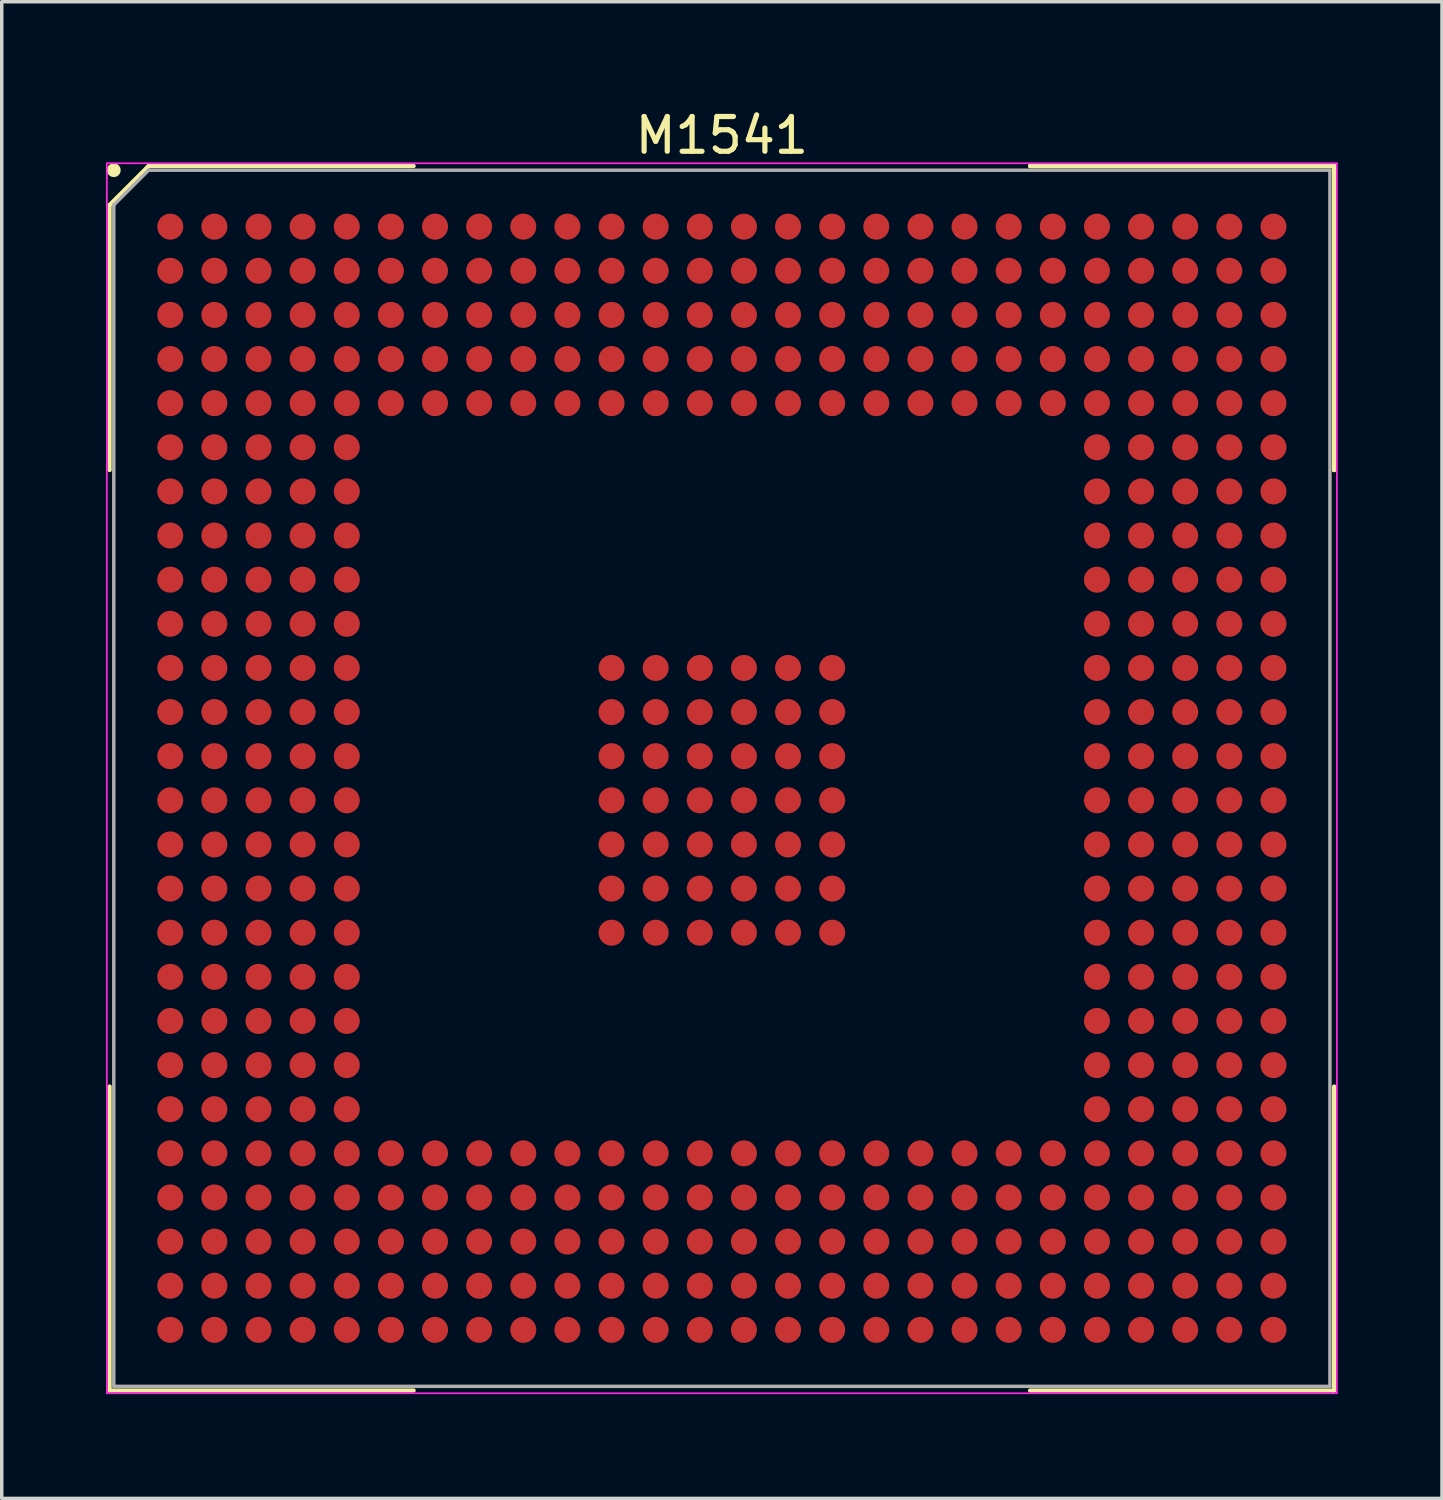
<source format=kicad_pcb>
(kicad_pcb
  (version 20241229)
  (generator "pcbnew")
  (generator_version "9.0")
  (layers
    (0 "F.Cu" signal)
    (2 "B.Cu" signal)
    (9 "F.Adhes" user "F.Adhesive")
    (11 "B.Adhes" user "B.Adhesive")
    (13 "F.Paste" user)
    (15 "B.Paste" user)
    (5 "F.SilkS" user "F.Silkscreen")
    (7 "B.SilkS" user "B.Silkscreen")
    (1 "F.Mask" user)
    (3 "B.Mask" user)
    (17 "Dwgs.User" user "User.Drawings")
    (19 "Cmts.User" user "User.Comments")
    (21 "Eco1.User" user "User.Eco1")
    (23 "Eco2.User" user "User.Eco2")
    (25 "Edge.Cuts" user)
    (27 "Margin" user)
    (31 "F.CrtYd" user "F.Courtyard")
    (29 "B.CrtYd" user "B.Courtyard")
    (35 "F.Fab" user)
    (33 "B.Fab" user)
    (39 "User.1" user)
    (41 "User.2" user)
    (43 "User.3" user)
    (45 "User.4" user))
  (footprint "M1541"
    (layer "F.Cu")
    (at 17.725 19.348)
    (property "Reference" "M1541" (at 0 -18.5 0) (layer "F.SilkS") (effects (font (size 1 1) (thickness 0.15))))
    (attr smd)
    (fp_line (start -17.62 -16.5) (end -17.62 -8.87) (stroke (width 0.12) (type solid)) (layer "F.SilkS"))
    (fp_line (start -17.62 17.62) (end -17.62 8.87) (stroke (width 0.12) (type solid)) (layer "F.SilkS"))
    (fp_line (start -16.5 -17.62) (end -17.62 -16.5) (stroke (width 0.12) (type solid)) (layer "F.SilkS"))
    (fp_line (start -8.87 -17.62) (end -16.5 -17.62) (stroke (width 0.12) (type solid)) (layer "F.SilkS"))
    (fp_line (start -8.87 17.62) (end -17.62 17.62) (stroke (width 0.12) (type solid)) (layer "F.SilkS"))
    (fp_line (start 8.87 -17.62) (end 17.62 -17.62) (stroke (width 0.12) (type solid)) (layer "F.SilkS"))
    (fp_line (start 8.87 -17.62) (end 17.62 -17.62) (stroke (width 0.12) (type solid)) (layer "F.SilkS"))
    (fp_line (start 8.87 -17.62) (end 17.62 -17.62) (stroke (width 0.12) (type solid)) (layer "F.SilkS"))
    (fp_line (start 8.87 17.62) (end 17.62 17.62) (stroke (width 0.12) (type solid)) (layer "F.SilkS"))
    (fp_line (start 17.62 -17.62) (end 17.62 -8.87) (stroke (width 0.12) (type solid)) (layer "F.SilkS"))
    (fp_line (start 17.62 -17.62) (end 17.62 -8.87) (stroke (width 0.12) (type solid)) (layer "F.SilkS"))
    (fp_line (start 17.62 -17.62) (end 17.62 -8.87) (stroke (width 0.12) (type solid)) (layer "F.SilkS"))
    (fp_line (start 17.62 17.62) (end 17.62 8.87) (stroke (width 0.12) (type solid)) (layer "F.SilkS"))
    (fp_circle (center -17.5 -17.5) (end -17.5 -17.4) (stroke (width 0.2) (type solid)) (fill no) (layer "F.SilkS"))
    (fp_line (start -17.7 -17.7) (end 17.7 -17.7) (stroke (width 0.05) (type solid)) (layer "F.CrtYd"))
    (fp_line (start -17.7 17.7) (end -17.7 -17.7) (stroke (width 0.05) (type solid)) (layer "F.CrtYd"))
    (fp_line (start 17.7 -17.7) (end 17.7 17.7) (stroke (width 0.05) (type solid)) (layer "F.CrtYd"))
    (fp_line (start 17.7 17.7) (end -17.7 17.7) (stroke (width 0.05) (type solid)) (layer "F.CrtYd"))
    (fp_line (start -17.5 -16.5) (end -17.5 17.5) (stroke (width 0.1) (type solid)) (layer "F.Fab"))
    (fp_line (start -17.5 17.5) (end 17.5 17.5) (stroke (width 0.1) (type solid)) (layer "F.Fab"))
    (fp_line (start -16.5 -17.5) (end -17.5 -16.5) (stroke (width 0.1) (type solid)) (layer "F.Fab"))
    (fp_line (start 17.5 -17.5) (end -16.5 -17.5) (stroke (width 0.1) (type solid)) (layer "F.Fab"))
    (fp_line (start 17.5 17.5) (end 17.5 -17.5) (stroke (width 0.1) (type solid)) (layer "F.Fab"))
    (pad "A1" smd circle (at -15.875 -15.875) (size 0.75 0.75) (layers "F.Cu" "F.Mask" "F.Paste"))
    (pad "A2" smd circle (at -14.605 -15.875) (size 0.75 0.75) (layers "F.Cu" "F.Mask" "F.Paste"))
    (pad "A3" smd circle (at -13.335 -15.875) (size 0.75 0.75) (layers "F.Cu" "F.Mask" "F.Paste"))
    (pad "A4" smd circle (at -12.065 -15.875) (size 0.75 0.75) (layers "F.Cu" "F.Mask" "F.Paste"))
    (pad "A5" smd circle (at -10.795 -15.875) (size 0.75 0.75) (layers "F.Cu" "F.Mask" "F.Paste"))
    (pad "A6" smd circle (at -9.525 -15.875) (size 0.75 0.75) (layers "F.Cu" "F.Mask" "F.Paste"))
    (pad "A7" smd circle (at -8.255 -15.875) (size 0.75 0.75) (layers "F.Cu" "F.Mask" "F.Paste"))
    (pad "A8" smd circle (at -6.985 -15.875) (size 0.75 0.75) (layers "F.Cu" "F.Mask" "F.Paste"))
    (pad "A9" smd circle (at -5.715 -15.875) (size 0.75 0.75) (layers "F.Cu" "F.Mask" "F.Paste"))
    (pad "A10" smd circle (at -4.445 -15.875) (size 0.75 0.75) (layers "F.Cu" "F.Mask" "F.Paste"))
    (pad "A11" smd circle (at -3.175 -15.875) (size 0.75 0.75) (layers "F.Cu" "F.Mask" "F.Paste"))
    (pad "A12" smd circle (at -1.905 -15.875) (size 0.75 0.75) (layers "F.Cu" "F.Mask" "F.Paste"))
    (pad "A13" smd circle (at -0.635 -15.875) (size 0.75 0.75) (layers "F.Cu" "F.Mask" "F.Paste"))
    (pad "A14" smd circle (at 0.635 -15.875) (size 0.75 0.75) (layers "F.Cu" "F.Mask" "F.Paste"))
    (pad "A15" smd circle (at 1.905 -15.875) (size 0.75 0.75) (layers "F.Cu" "F.Mask" "F.Paste"))
    (pad "A16" smd circle (at 3.175 -15.875) (size 0.75 0.75) (layers "F.Cu" "F.Mask" "F.Paste"))
    (pad "A17" smd circle (at 4.445 -15.875) (size 0.75 0.75) (layers "F.Cu" "F.Mask" "F.Paste"))
    (pad "A18" smd circle (at 5.715 -15.875) (size 0.75 0.75) (layers "F.Cu" "F.Mask" "F.Paste"))
    (pad "A19" smd circle (at 6.985 -15.875) (size 0.75 0.75) (layers "F.Cu" "F.Mask" "F.Paste"))
    (pad "A20" smd circle (at 8.255 -15.875) (size 0.75 0.75) (layers "F.Cu" "F.Mask" "F.Paste"))
    (pad "A21" smd circle (at 9.525 -15.875) (size 0.75 0.75) (layers "F.Cu" "F.Mask" "F.Paste"))
    (pad "A22" smd circle (at 10.795 -15.875) (size 0.75 0.75) (layers "F.Cu" "F.Mask" "F.Paste"))
    (pad "A23" smd circle (at 12.065 -15.875) (size 0.75 0.75) (layers "F.Cu" "F.Mask" "F.Paste"))
    (pad "A24" smd circle (at 13.335 -15.875) (size 0.75 0.75) (layers "F.Cu" "F.Mask" "F.Paste"))
    (pad "A25" smd circle (at 14.605 -15.875) (size 0.75 0.75) (layers "F.Cu" "F.Mask" "F.Paste"))
    (pad "A26" smd circle (at 15.875 -15.875) (size 0.75 0.75) (layers "F.Cu" "F.Mask" "F.Paste"))
    (pad "AA1" smd circle (at -15.875 9.525) (size 0.75 0.75) (layers "F.Cu" "F.Mask" "F.Paste"))
    (pad "AA2" smd circle (at -14.605 9.525) (size 0.75 0.75) (layers "F.Cu" "F.Mask" "F.Paste"))
    (pad "AA3" smd circle (at -13.335 9.525) (size 0.75 0.75) (layers "F.Cu" "F.Mask" "F.Paste"))
    (pad "AA4" smd circle (at -12.065 9.525) (size 0.75 0.75) (layers "F.Cu" "F.Mask" "F.Paste"))
    (pad "AA5" smd circle (at -10.795 9.525) (size 0.75 0.75) (layers "F.Cu" "F.Mask" "F.Paste"))
    (pad "AA22" smd circle (at 10.795 9.525) (size 0.75 0.75) (layers "F.Cu" "F.Mask" "F.Paste"))
    (pad "AA23" smd circle (at 12.065 9.525) (size 0.75 0.75) (layers "F.Cu" "F.Mask" "F.Paste"))
    (pad "AA24" smd circle (at 13.335 9.525) (size 0.75 0.75) (layers "F.Cu" "F.Mask" "F.Paste"))
    (pad "AA25" smd circle (at 14.605 9.525) (size 0.75 0.75) (layers "F.Cu" "F.Mask" "F.Paste"))
    (pad "AA26" smd circle (at 15.875 9.525) (size 0.75 0.75) (layers "F.Cu" "F.Mask" "F.Paste"))
    (pad "AB1" smd circle (at -15.875 10.795) (size 0.75 0.75) (layers "F.Cu" "F.Mask" "F.Paste"))
    (pad "AB2" smd circle (at -14.605 10.795) (size 0.75 0.75) (layers "F.Cu" "F.Mask" "F.Paste"))
    (pad "AB3" smd circle (at -13.335 10.795) (size 0.75 0.75) (layers "F.Cu" "F.Mask" "F.Paste"))
    (pad "AB4" smd circle (at -12.065 10.795) (size 0.75 0.75) (layers "F.Cu" "F.Mask" "F.Paste"))
    (pad "AB5" smd circle (at -10.795 10.795) (size 0.75 0.75) (layers "F.Cu" "F.Mask" "F.Paste"))
    (pad "AB6" smd circle (at -9.525 10.795) (size 0.75 0.75) (layers "F.Cu" "F.Mask" "F.Paste"))
    (pad "AB7" smd circle (at -8.255 10.795) (size 0.75 0.75) (layers "F.Cu" "F.Mask" "F.Paste"))
    (pad "AB8" smd circle (at -6.985 10.795) (size 0.75 0.75) (layers "F.Cu" "F.Mask" "F.Paste"))
    (pad "AB9" smd circle (at -5.715 10.795) (size 0.75 0.75) (layers "F.Cu" "F.Mask" "F.Paste"))
    (pad "AB10" smd circle (at -4.445 10.795) (size 0.75 0.75) (layers "F.Cu" "F.Mask" "F.Paste"))
    (pad "AB11" smd circle (at -3.175 10.795) (size 0.75 0.75) (layers "F.Cu" "F.Mask" "F.Paste"))
    (pad "AB12" smd circle (at -1.905 10.795) (size 0.75 0.75) (layers "F.Cu" "F.Mask" "F.Paste"))
    (pad "AB13" smd circle (at -0.635 10.795) (size 0.75 0.75) (layers "F.Cu" "F.Mask" "F.Paste"))
    (pad "AB14" smd circle (at 0.635 10.795) (size 0.75 0.75) (layers "F.Cu" "F.Mask" "F.Paste"))
    (pad "AB15" smd circle (at 1.905 10.795) (size 0.75 0.75) (layers "F.Cu" "F.Mask" "F.Paste"))
    (pad "AB16" smd circle (at 3.175 10.795) (size 0.75 0.75) (layers "F.Cu" "F.Mask" "F.Paste"))
    (pad "AB17" smd circle (at 4.445 10.795) (size 0.75 0.75) (layers "F.Cu" "F.Mask" "F.Paste"))
    (pad "AB18" smd circle (at 5.715 10.795) (size 0.75 0.75) (layers "F.Cu" "F.Mask" "F.Paste"))
    (pad "AB19" smd circle (at 6.985 10.795) (size 0.75 0.75) (layers "F.Cu" "F.Mask" "F.Paste"))
    (pad "AB20" smd circle (at 8.255 10.795) (size 0.75 0.75) (layers "F.Cu" "F.Mask" "F.Paste"))
    (pad "AB21" smd circle (at 9.525 10.795) (size 0.75 0.75) (layers "F.Cu" "F.Mask" "F.Paste"))
    (pad "AB22" smd circle (at 10.795 10.795) (size 0.75 0.75) (layers "F.Cu" "F.Mask" "F.Paste"))
    (pad "AB23" smd circle (at 12.065 10.795) (size 0.75 0.75) (layers "F.Cu" "F.Mask" "F.Paste"))
    (pad "AB24" smd circle (at 13.335 10.795) (size 0.75 0.75) (layers "F.Cu" "F.Mask" "F.Paste"))
    (pad "AB25" smd circle (at 14.605 10.795) (size 0.75 0.75) (layers "F.Cu" "F.Mask" "F.Paste"))
    (pad "AB26" smd circle (at 15.875 10.795) (size 0.75 0.75) (layers "F.Cu" "F.Mask" "F.Paste"))
    (pad "AC1" smd circle (at -15.875 12.065) (size 0.75 0.75) (layers "F.Cu" "F.Mask" "F.Paste"))
    (pad "AC2" smd circle (at -14.605 12.065) (size 0.75 0.75) (layers "F.Cu" "F.Mask" "F.Paste"))
    (pad "AC3" smd circle (at -13.335 12.065) (size 0.75 0.75) (layers "F.Cu" "F.Mask" "F.Paste"))
    (pad "AC4" smd circle (at -12.065 12.065) (size 0.75 0.75) (layers "F.Cu" "F.Mask" "F.Paste"))
    (pad "AC5" smd circle (at -10.795 12.065) (size 0.75 0.75) (layers "F.Cu" "F.Mask" "F.Paste"))
    (pad "AC6" smd circle (at -9.525 12.065) (size 0.75 0.75) (layers "F.Cu" "F.Mask" "F.Paste"))
    (pad "AC7" smd circle (at -8.255 12.065) (size 0.75 0.75) (layers "F.Cu" "F.Mask" "F.Paste"))
    (pad "AC8" smd circle (at -6.985 12.065) (size 0.75 0.75) (layers "F.Cu" "F.Mask" "F.Paste"))
    (pad "AC9" smd circle (at -5.715 12.065) (size 0.75 0.75) (layers "F.Cu" "F.Mask" "F.Paste"))
    (pad "AC10" smd circle (at -4.445 12.065) (size 0.75 0.75) (layers "F.Cu" "F.Mask" "F.Paste"))
    (pad "AC11" smd circle (at -3.175 12.065) (size 0.75 0.75) (layers "F.Cu" "F.Mask" "F.Paste"))
    (pad "AC12" smd circle (at -1.905 12.065) (size 0.75 0.75) (layers "F.Cu" "F.Mask" "F.Paste"))
    (pad "AC13" smd circle (at -0.635 12.065) (size 0.75 0.75) (layers "F.Cu" "F.Mask" "F.Paste"))
    (pad "AC14" smd circle (at 0.635 12.065) (size 0.75 0.75) (layers "F.Cu" "F.Mask" "F.Paste"))
    (pad "AC15" smd circle (at 1.905 12.065) (size 0.75 0.75) (layers "F.Cu" "F.Mask" "F.Paste"))
    (pad "AC16" smd circle (at 3.175 12.065) (size 0.75 0.75) (layers "F.Cu" "F.Mask" "F.Paste"))
    (pad "AC17" smd circle (at 4.445 12.065) (size 0.75 0.75) (layers "F.Cu" "F.Mask" "F.Paste"))
    (pad "AC18" smd circle (at 5.715 12.065) (size 0.75 0.75) (layers "F.Cu" "F.Mask" "F.Paste"))
    (pad "AC19" smd circle (at 6.985 12.065) (size 0.75 0.75) (layers "F.Cu" "F.Mask" "F.Paste"))
    (pad "AC20" smd circle (at 8.255 12.065) (size 0.75 0.75) (layers "F.Cu" "F.Mask" "F.Paste"))
    (pad "AC21" smd circle (at 9.525 12.065) (size 0.75 0.75) (layers "F.Cu" "F.Mask" "F.Paste"))
    (pad "AC22" smd circle (at 10.795 12.065) (size 0.75 0.75) (layers "F.Cu" "F.Mask" "F.Paste"))
    (pad "AC23" smd circle (at 12.065 12.065) (size 0.75 0.75) (layers "F.Cu" "F.Mask" "F.Paste"))
    (pad "AC24" smd circle (at 13.335 12.065) (size 0.75 0.75) (layers "F.Cu" "F.Mask" "F.Paste"))
    (pad "AC25" smd circle (at 14.605 12.065) (size 0.75 0.75) (layers "F.Cu" "F.Mask" "F.Paste"))
    (pad "AC26" smd circle (at 15.875 12.065) (size 0.75 0.75) (layers "F.Cu" "F.Mask" "F.Paste"))
    (pad "AD1" smd circle (at -15.875 13.335) (size 0.75 0.75) (layers "F.Cu" "F.Mask" "F.Paste"))
    (pad "AD2" smd circle (at -14.605 13.335) (size 0.75 0.75) (layers "F.Cu" "F.Mask" "F.Paste"))
    (pad "AD3" smd circle (at -13.335 13.335) (size 0.75 0.75) (layers "F.Cu" "F.Mask" "F.Paste"))
    (pad "AD4" smd circle (at -12.065 13.335) (size 0.75 0.75) (layers "F.Cu" "F.Mask" "F.Paste"))
    (pad "AD5" smd circle (at -10.795 13.335) (size 0.75 0.75) (layers "F.Cu" "F.Mask" "F.Paste"))
    (pad "AD6" smd circle (at -9.525 13.335) (size 0.75 0.75) (layers "F.Cu" "F.Mask" "F.Paste"))
    (pad "AD7" smd circle (at -8.255 13.335) (size 0.75 0.75) (layers "F.Cu" "F.Mask" "F.Paste"))
    (pad "AD8" smd circle (at -6.985 13.335) (size 0.75 0.75) (layers "F.Cu" "F.Mask" "F.Paste"))
    (pad "AD9" smd circle (at -5.715 13.335) (size 0.75 0.75) (layers "F.Cu" "F.Mask" "F.Paste"))
    (pad "AD10" smd circle (at -4.445 13.335) (size 0.75 0.75) (layers "F.Cu" "F.Mask" "F.Paste"))
    (pad "AD11" smd circle (at -3.175 13.335) (size 0.75 0.75) (layers "F.Cu" "F.Mask" "F.Paste"))
    (pad "AD12" smd circle (at -1.905 13.335) (size 0.75 0.75) (layers "F.Cu" "F.Mask" "F.Paste"))
    (pad "AD13" smd circle (at -0.635 13.335) (size 0.75 0.75) (layers "F.Cu" "F.Mask" "F.Paste"))
    (pad "AD14" smd circle (at 0.635 13.335) (size 0.75 0.75) (layers "F.Cu" "F.Mask" "F.Paste"))
    (pad "AD15" smd circle (at 1.905 13.335) (size 0.75 0.75) (layers "F.Cu" "F.Mask" "F.Paste"))
    (pad "AD16" smd circle (at 3.175 13.335) (size 0.75 0.75) (layers "F.Cu" "F.Mask" "F.Paste"))
    (pad "AD17" smd circle (at 4.445 13.335) (size 0.75 0.75) (layers "F.Cu" "F.Mask" "F.Paste"))
    (pad "AD18" smd circle (at 5.715 13.335) (size 0.75 0.75) (layers "F.Cu" "F.Mask" "F.Paste"))
    (pad "AD19" smd circle (at 6.985 13.335) (size 0.75 0.75) (layers "F.Cu" "F.Mask" "F.Paste"))
    (pad "AD20" smd circle (at 8.255 13.335) (size 0.75 0.75) (layers "F.Cu" "F.Mask" "F.Paste"))
    (pad "AD21" smd circle (at 9.525 13.335) (size 0.75 0.75) (layers "F.Cu" "F.Mask" "F.Paste"))
    (pad "AD22" smd circle (at 10.795 13.335) (size 0.75 0.75) (layers "F.Cu" "F.Mask" "F.Paste"))
    (pad "AD23" smd circle (at 12.065 13.335) (size 0.75 0.75) (layers "F.Cu" "F.Mask" "F.Paste"))
    (pad "AD24" smd circle (at 13.335 13.335) (size 0.75 0.75) (layers "F.Cu" "F.Mask" "F.Paste"))
    (pad "AD25" smd circle (at 14.605 13.335) (size 0.75 0.75) (layers "F.Cu" "F.Mask" "F.Paste"))
    (pad "AD26" smd circle (at 15.875 13.335) (size 0.75 0.75) (layers "F.Cu" "F.Mask" "F.Paste"))
    (pad "AE1" smd circle (at -15.875 14.605) (size 0.75 0.75) (layers "F.Cu" "F.Mask" "F.Paste"))
    (pad "AE2" smd circle (at -14.605 14.605) (size 0.75 0.75) (layers "F.Cu" "F.Mask" "F.Paste"))
    (pad "AE3" smd circle (at -13.335 14.605) (size 0.75 0.75) (layers "F.Cu" "F.Mask" "F.Paste"))
    (pad "AE4" smd circle (at -12.065 14.605) (size 0.75 0.75) (layers "F.Cu" "F.Mask" "F.Paste"))
    (pad "AE5" smd circle (at -10.795 14.605) (size 0.75 0.75) (layers "F.Cu" "F.Mask" "F.Paste"))
    (pad "AE6" smd circle (at -9.525 14.605) (size 0.75 0.75) (layers "F.Cu" "F.Mask" "F.Paste"))
    (pad "AE7" smd circle (at -8.255 14.605) (size 0.75 0.75) (layers "F.Cu" "F.Mask" "F.Paste"))
    (pad "AE8" smd circle (at -6.985 14.605) (size 0.75 0.75) (layers "F.Cu" "F.Mask" "F.Paste"))
    (pad "AE9" smd circle (at -5.715 14.605) (size 0.75 0.75) (layers "F.Cu" "F.Mask" "F.Paste"))
    (pad "AE10" smd circle (at -4.445 14.605) (size 0.75 0.75) (layers "F.Cu" "F.Mask" "F.Paste"))
    (pad "AE11" smd circle (at -3.175 14.605) (size 0.75 0.75) (layers "F.Cu" "F.Mask" "F.Paste"))
    (pad "AE12" smd circle (at -1.905 14.605) (size 0.75 0.75) (layers "F.Cu" "F.Mask" "F.Paste"))
    (pad "AE13" smd circle (at -0.635 14.605) (size 0.75 0.75) (layers "F.Cu" "F.Mask" "F.Paste"))
    (pad "AE14" smd circle (at 0.635 14.605) (size 0.75 0.75) (layers "F.Cu" "F.Mask" "F.Paste"))
    (pad "AE15" smd circle (at 1.905 14.605) (size 0.75 0.75) (layers "F.Cu" "F.Mask" "F.Paste"))
    (pad "AE16" smd circle (at 3.175 14.605) (size 0.75 0.75) (layers "F.Cu" "F.Mask" "F.Paste"))
    (pad "AE17" smd circle (at 4.445 14.605) (size 0.75 0.75) (layers "F.Cu" "F.Mask" "F.Paste"))
    (pad "AE18" smd circle (at 5.715 14.605) (size 0.75 0.75) (layers "F.Cu" "F.Mask" "F.Paste"))
    (pad "AE19" smd circle (at 6.985 14.605) (size 0.75 0.75) (layers "F.Cu" "F.Mask" "F.Paste"))
    (pad "AE20" smd circle (at 8.255 14.605) (size 0.75 0.75) (layers "F.Cu" "F.Mask" "F.Paste"))
    (pad "AE21" smd circle (at 9.525 14.605) (size 0.75 0.75) (layers "F.Cu" "F.Mask" "F.Paste"))
    (pad "AE22" smd circle (at 10.795 14.605) (size 0.75 0.75) (layers "F.Cu" "F.Mask" "F.Paste"))
    (pad "AE23" smd circle (at 12.065 14.605) (size 0.75 0.75) (layers "F.Cu" "F.Mask" "F.Paste"))
    (pad "AE24" smd circle (at 13.335 14.605) (size 0.75 0.75) (layers "F.Cu" "F.Mask" "F.Paste"))
    (pad "AE25" smd circle (at 14.605 14.605) (size 0.75 0.75) (layers "F.Cu" "F.Mask" "F.Paste"))
    (pad "AE26" smd circle (at 15.875 14.605) (size 0.75 0.75) (layers "F.Cu" "F.Mask" "F.Paste"))
    (pad "AF1" smd circle (at -15.875 15.875) (size 0.75 0.75) (layers "F.Cu" "F.Mask" "F.Paste"))
    (pad "AF2" smd circle (at -14.605 15.875) (size 0.75 0.75) (layers "F.Cu" "F.Mask" "F.Paste"))
    (pad "AF3" smd circle (at -13.335 15.875) (size 0.75 0.75) (layers "F.Cu" "F.Mask" "F.Paste"))
    (pad "AF4" smd circle (at -12.065 15.875) (size 0.75 0.75) (layers "F.Cu" "F.Mask" "F.Paste"))
    (pad "AF5" smd circle (at -10.795 15.875) (size 0.75 0.75) (layers "F.Cu" "F.Mask" "F.Paste"))
    (pad "AF6" smd circle (at -9.525 15.875) (size 0.75 0.75) (layers "F.Cu" "F.Mask" "F.Paste"))
    (pad "AF7" smd circle (at -8.255 15.875) (size 0.75 0.75) (layers "F.Cu" "F.Mask" "F.Paste"))
    (pad "AF8" smd circle (at -6.985 15.875) (size 0.75 0.75) (layers "F.Cu" "F.Mask" "F.Paste"))
    (pad "AF9" smd circle (at -5.715 15.875) (size 0.75 0.75) (layers "F.Cu" "F.Mask" "F.Paste"))
    (pad "AF10" smd circle (at -4.445 15.875) (size 0.75 0.75) (layers "F.Cu" "F.Mask" "F.Paste"))
    (pad "AF11" smd circle (at -3.175 15.875) (size 0.75 0.75) (layers "F.Cu" "F.Mask" "F.Paste"))
    (pad "AF12" smd circle (at -1.905 15.875) (size 0.75 0.75) (layers "F.Cu" "F.Mask" "F.Paste"))
    (pad "AF13" smd circle (at -0.635 15.875) (size 0.75 0.75) (layers "F.Cu" "F.Mask" "F.Paste"))
    (pad "AF14" smd circle (at 0.635 15.875) (size 0.75 0.75) (layers "F.Cu" "F.Mask" "F.Paste"))
    (pad "AF15" smd circle (at 1.905 15.875) (size 0.75 0.75) (layers "F.Cu" "F.Mask" "F.Paste"))
    (pad "AF16" smd circle (at 3.175 15.875) (size 0.75 0.75) (layers "F.Cu" "F.Mask" "F.Paste"))
    (pad "AF17" smd circle (at 4.445 15.875) (size 0.75 0.75) (layers "F.Cu" "F.Mask" "F.Paste"))
    (pad "AF18" smd circle (at 5.715 15.875) (size 0.75 0.75) (layers "F.Cu" "F.Mask" "F.Paste"))
    (pad "AF19" smd circle (at 6.985 15.875) (size 0.75 0.75) (layers "F.Cu" "F.Mask" "F.Paste"))
    (pad "AF20" smd circle (at 8.255 15.875) (size 0.75 0.75) (layers "F.Cu" "F.Mask" "F.Paste"))
    (pad "AF21" smd circle (at 9.525 15.875) (size 0.75 0.75) (layers "F.Cu" "F.Mask" "F.Paste"))
    (pad "AF22" smd circle (at 10.795 15.875) (size 0.75 0.75) (layers "F.Cu" "F.Mask" "F.Paste"))
    (pad "AF23" smd circle (at 12.065 15.875) (size 0.75 0.75) (layers "F.Cu" "F.Mask" "F.Paste"))
    (pad "AF24" smd circle (at 13.335 15.875) (size 0.75 0.75) (layers "F.Cu" "F.Mask" "F.Paste"))
    (pad "AF25" smd circle (at 14.605 15.875) (size 0.75 0.75) (layers "F.Cu" "F.Mask" "F.Paste"))
    (pad "AF26" smd circle (at 15.875 15.875) (size 0.75 0.75) (layers "F.Cu" "F.Mask" "F.Paste"))
    (pad "B1" smd circle (at -15.875 -14.605) (size 0.75 0.75) (layers "F.Cu" "F.Mask" "F.Paste"))
    (pad "B2" smd circle (at -14.605 -14.605) (size 0.75 0.75) (layers "F.Cu" "F.Mask" "F.Paste"))
    (pad "B3" smd circle (at -13.335 -14.605) (size 0.75 0.75) (layers "F.Cu" "F.Mask" "F.Paste"))
    (pad "B4" smd circle (at -12.065 -14.605) (size 0.75 0.75) (layers "F.Cu" "F.Mask" "F.Paste"))
    (pad "B5" smd circle (at -10.795 -14.605) (size 0.75 0.75) (layers "F.Cu" "F.Mask" "F.Paste"))
    (pad "B6" smd circle (at -9.525 -14.605) (size 0.75 0.75) (layers "F.Cu" "F.Mask" "F.Paste"))
    (pad "B7" smd circle (at -8.255 -14.605) (size 0.75 0.75) (layers "F.Cu" "F.Mask" "F.Paste"))
    (pad "B8" smd circle (at -6.985 -14.605) (size 0.75 0.75) (layers "F.Cu" "F.Mask" "F.Paste"))
    (pad "B9" smd circle (at -5.715 -14.605) (size 0.75 0.75) (layers "F.Cu" "F.Mask" "F.Paste"))
    (pad "B10" smd circle (at -4.445 -14.605) (size 0.75 0.75) (layers "F.Cu" "F.Mask" "F.Paste"))
    (pad "B11" smd circle (at -3.175 -14.605) (size 0.75 0.75) (layers "F.Cu" "F.Mask" "F.Paste"))
    (pad "B12" smd circle (at -1.905 -14.605) (size 0.75 0.75) (layers "F.Cu" "F.Mask" "F.Paste"))
    (pad "B13" smd circle (at -0.635 -14.605) (size 0.75 0.75) (layers "F.Cu" "F.Mask" "F.Paste"))
    (pad "B14" smd circle (at 0.635 -14.605) (size 0.75 0.75) (layers "F.Cu" "F.Mask" "F.Paste"))
    (pad "B15" smd circle (at 1.905 -14.605) (size 0.75 0.75) (layers "F.Cu" "F.Mask" "F.Paste"))
    (pad "B16" smd circle (at 3.175 -14.605) (size 0.75 0.75) (layers "F.Cu" "F.Mask" "F.Paste"))
    (pad "B17" smd circle (at 4.445 -14.605) (size 0.75 0.75) (layers "F.Cu" "F.Mask" "F.Paste"))
    (pad "B18" smd circle (at 5.715 -14.605) (size 0.75 0.75) (layers "F.Cu" "F.Mask" "F.Paste"))
    (pad "B19" smd circle (at 6.985 -14.605) (size 0.75 0.75) (layers "F.Cu" "F.Mask" "F.Paste"))
    (pad "B20" smd circle (at 8.255 -14.605) (size 0.75 0.75) (layers "F.Cu" "F.Mask" "F.Paste"))
    (pad "B21" smd circle (at 9.525 -14.605) (size 0.75 0.75) (layers "F.Cu" "F.Mask" "F.Paste"))
    (pad "B22" smd circle (at 10.795 -14.605) (size 0.75 0.75) (layers "F.Cu" "F.Mask" "F.Paste"))
    (pad "B23" smd circle (at 12.065 -14.605) (size 0.75 0.75) (layers "F.Cu" "F.Mask" "F.Paste"))
    (pad "B24" smd circle (at 13.335 -14.605) (size 0.75 0.75) (layers "F.Cu" "F.Mask" "F.Paste"))
    (pad "B25" smd circle (at 14.605 -14.605) (size 0.75 0.75) (layers "F.Cu" "F.Mask" "F.Paste"))
    (pad "B26" smd circle (at 15.875 -14.605) (size 0.75 0.75) (layers "F.Cu" "F.Mask" "F.Paste"))
    (pad "C1" smd circle (at -15.875 -13.335) (size 0.75 0.75) (layers "F.Cu" "F.Mask" "F.Paste"))
    (pad "C2" smd circle (at -14.605 -13.335) (size 0.75 0.75) (layers "F.Cu" "F.Mask" "F.Paste"))
    (pad "C3" smd circle (at -13.335 -13.335) (size 0.75 0.75) (layers "F.Cu" "F.Mask" "F.Paste"))
    (pad "C4" smd circle (at -12.065 -13.335) (size 0.75 0.75) (layers "F.Cu" "F.Mask" "F.Paste"))
    (pad "C5" smd circle (at -10.795 -13.335) (size 0.75 0.75) (layers "F.Cu" "F.Mask" "F.Paste"))
    (pad "C6" smd circle (at -9.525 -13.335) (size 0.75 0.75) (layers "F.Cu" "F.Mask" "F.Paste"))
    (pad "C7" smd circle (at -8.255 -13.335) (size 0.75 0.75) (layers "F.Cu" "F.Mask" "F.Paste"))
    (pad "C8" smd circle (at -6.985 -13.335) (size 0.75 0.75) (layers "F.Cu" "F.Mask" "F.Paste"))
    (pad "C9" smd circle (at -5.715 -13.335) (size 0.75 0.75) (layers "F.Cu" "F.Mask" "F.Paste"))
    (pad "C10" smd circle (at -4.445 -13.335) (size 0.75 0.75) (layers "F.Cu" "F.Mask" "F.Paste"))
    (pad "C11" smd circle (at -3.175 -13.335) (size 0.75 0.75) (layers "F.Cu" "F.Mask" "F.Paste"))
    (pad "C12" smd circle (at -1.905 -13.335) (size 0.75 0.75) (layers "F.Cu" "F.Mask" "F.Paste"))
    (pad "C13" smd circle (at -0.635 -13.335) (size 0.75 0.75) (layers "F.Cu" "F.Mask" "F.Paste"))
    (pad "C14" smd circle (at 0.635 -13.335) (size 0.75 0.75) (layers "F.Cu" "F.Mask" "F.Paste"))
    (pad "C15" smd circle (at 1.905 -13.335) (size 0.75 0.75) (layers "F.Cu" "F.Mask" "F.Paste"))
    (pad "C16" smd circle (at 3.175 -13.335) (size 0.75 0.75) (layers "F.Cu" "F.Mask" "F.Paste"))
    (pad "C17" smd circle (at 4.445 -13.335) (size 0.75 0.75) (layers "F.Cu" "F.Mask" "F.Paste"))
    (pad "C18" smd circle (at 5.715 -13.335) (size 0.75 0.75) (layers "F.Cu" "F.Mask" "F.Paste"))
    (pad "C19" smd circle (at 6.985 -13.335) (size 0.75 0.75) (layers "F.Cu" "F.Mask" "F.Paste"))
    (pad "C20" smd circle (at 8.255 -13.335) (size 0.75 0.75) (layers "F.Cu" "F.Mask" "F.Paste"))
    (pad "C21" smd circle (at 9.525 -13.335) (size 0.75 0.75) (layers "F.Cu" "F.Mask" "F.Paste"))
    (pad "C22" smd circle (at 10.795 -13.335) (size 0.75 0.75) (layers "F.Cu" "F.Mask" "F.Paste"))
    (pad "C23" smd circle (at 12.065 -13.335) (size 0.75 0.75) (layers "F.Cu" "F.Mask" "F.Paste"))
    (pad "C24" smd circle (at 13.335 -13.335) (size 0.75 0.75) (layers "F.Cu" "F.Mask" "F.Paste"))
    (pad "C25" smd circle (at 14.605 -13.335) (size 0.75 0.75) (layers "F.Cu" "F.Mask" "F.Paste"))
    (pad "C26" smd circle (at 15.875 -13.335) (size 0.75 0.75) (layers "F.Cu" "F.Mask" "F.Paste"))
    (pad "D1" smd circle (at -15.875 -12.065) (size 0.75 0.75) (layers "F.Cu" "F.Mask" "F.Paste"))
    (pad "D2" smd circle (at -14.605 -12.065) (size 0.75 0.75) (layers "F.Cu" "F.Mask" "F.Paste"))
    (pad "D3" smd circle (at -13.335 -12.065) (size 0.75 0.75) (layers "F.Cu" "F.Mask" "F.Paste"))
    (pad "D4" smd circle (at -12.065 -12.065) (size 0.75 0.75) (layers "F.Cu" "F.Mask" "F.Paste"))
    (pad "D5" smd circle (at -10.795 -12.065) (size 0.75 0.75) (layers "F.Cu" "F.Mask" "F.Paste"))
    (pad "D6" smd circle (at -9.525 -12.065) (size 0.75 0.75) (layers "F.Cu" "F.Mask" "F.Paste"))
    (pad "D7" smd circle (at -8.255 -12.065) (size 0.75 0.75) (layers "F.Cu" "F.Mask" "F.Paste"))
    (pad "D8" smd circle (at -6.985 -12.065) (size 0.75 0.75) (layers "F.Cu" "F.Mask" "F.Paste"))
    (pad "D9" smd circle (at -5.715 -12.065) (size 0.75 0.75) (layers "F.Cu" "F.Mask" "F.Paste"))
    (pad "D10" smd circle (at -4.445 -12.065) (size 0.75 0.75) (layers "F.Cu" "F.Mask" "F.Paste"))
    (pad "D11" smd circle (at -3.175 -12.065) (size 0.75 0.75) (layers "F.Cu" "F.Mask" "F.Paste"))
    (pad "D12" smd circle (at -1.905 -12.065) (size 0.75 0.75) (layers "F.Cu" "F.Mask" "F.Paste"))
    (pad "D13" smd circle (at -0.635 -12.065) (size 0.75 0.75) (layers "F.Cu" "F.Mask" "F.Paste"))
    (pad "D14" smd circle (at 0.635 -12.065) (size 0.75 0.75) (layers "F.Cu" "F.Mask" "F.Paste"))
    (pad "D15" smd circle (at 1.905 -12.065) (size 0.75 0.75) (layers "F.Cu" "F.Mask" "F.Paste"))
    (pad "D16" smd circle (at 3.175 -12.065) (size 0.75 0.75) (layers "F.Cu" "F.Mask" "F.Paste"))
    (pad "D17" smd circle (at 4.445 -12.065) (size 0.75 0.75) (layers "F.Cu" "F.Mask" "F.Paste"))
    (pad "D18" smd circle (at 5.715 -12.065) (size 0.75 0.75) (layers "F.Cu" "F.Mask" "F.Paste"))
    (pad "D19" smd circle (at 6.985 -12.065) (size 0.75 0.75) (layers "F.Cu" "F.Mask" "F.Paste"))
    (pad "D20" smd circle (at 8.255 -12.065) (size 0.75 0.75) (layers "F.Cu" "F.Mask" "F.Paste"))
    (pad "D21" smd circle (at 9.525 -12.065) (size 0.75 0.75) (layers "F.Cu" "F.Mask" "F.Paste"))
    (pad "D22" smd circle (at 10.795 -12.065) (size 0.75 0.75) (layers "F.Cu" "F.Mask" "F.Paste"))
    (pad "D23" smd circle (at 12.065 -12.065) (size 0.75 0.75) (layers "F.Cu" "F.Mask" "F.Paste"))
    (pad "D24" smd circle (at 13.335 -12.065) (size 0.75 0.75) (layers "F.Cu" "F.Mask" "F.Paste"))
    (pad "D25" smd circle (at 14.605 -12.065) (size 0.75 0.75) (layers "F.Cu" "F.Mask" "F.Paste"))
    (pad "D26" smd circle (at 15.875 -12.065) (size 0.75 0.75) (layers "F.Cu" "F.Mask" "F.Paste"))
    (pad "E1" smd circle (at -15.875 -10.795) (size 0.75 0.75) (layers "F.Cu" "F.Mask" "F.Paste"))
    (pad "E2" smd circle (at -14.605 -10.795) (size 0.75 0.75) (layers "F.Cu" "F.Mask" "F.Paste"))
    (pad "E3" smd circle (at -13.335 -10.795) (size 0.75 0.75) (layers "F.Cu" "F.Mask" "F.Paste"))
    (pad "E4" smd circle (at -12.065 -10.795) (size 0.75 0.75) (layers "F.Cu" "F.Mask" "F.Paste"))
    (pad "E5" smd circle (at -10.795 -10.795) (size 0.75 0.75) (layers "F.Cu" "F.Mask" "F.Paste"))
    (pad "E6" smd circle (at -9.525 -10.795) (size 0.75 0.75) (layers "F.Cu" "F.Mask" "F.Paste"))
    (pad "E7" smd circle (at -8.255 -10.795) (size 0.75 0.75) (layers "F.Cu" "F.Mask" "F.Paste"))
    (pad "E8" smd circle (at -6.985 -10.795) (size 0.75 0.75) (layers "F.Cu" "F.Mask" "F.Paste"))
    (pad "E9" smd circle (at -5.715 -10.795) (size 0.75 0.75) (layers "F.Cu" "F.Mask" "F.Paste"))
    (pad "E10" smd circle (at -4.445 -10.795) (size 0.75 0.75) (layers "F.Cu" "F.Mask" "F.Paste"))
    (pad "E11" smd circle (at -3.175 -10.795) (size 0.75 0.75) (layers "F.Cu" "F.Mask" "F.Paste"))
    (pad "E12" smd circle (at -1.905 -10.795) (size 0.75 0.75) (layers "F.Cu" "F.Mask" "F.Paste"))
    (pad "E13" smd circle (at -0.635 -10.795) (size 0.75 0.75) (layers "F.Cu" "F.Mask" "F.Paste"))
    (pad "E14" smd circle (at 0.635 -10.795) (size 0.75 0.75) (layers "F.Cu" "F.Mask" "F.Paste"))
    (pad "E15" smd circle (at 1.905 -10.795) (size 0.75 0.75) (layers "F.Cu" "F.Mask" "F.Paste"))
    (pad "E16" smd circle (at 3.175 -10.795) (size 0.75 0.75) (layers "F.Cu" "F.Mask" "F.Paste"))
    (pad "E17" smd circle (at 4.445 -10.795) (size 0.75 0.75) (layers "F.Cu" "F.Mask" "F.Paste"))
    (pad "E18" smd circle (at 5.715 -10.795) (size 0.75 0.75) (layers "F.Cu" "F.Mask" "F.Paste"))
    (pad "E19" smd circle (at 6.985 -10.795) (size 0.75 0.75) (layers "F.Cu" "F.Mask" "F.Paste"))
    (pad "E20" smd circle (at 8.255 -10.795) (size 0.75 0.75) (layers "F.Cu" "F.Mask" "F.Paste"))
    (pad "E21" smd circle (at 9.525 -10.795) (size 0.75 0.75) (layers "F.Cu" "F.Mask" "F.Paste"))
    (pad "E22" smd circle (at 10.795 -10.795) (size 0.75 0.75) (layers "F.Cu" "F.Mask" "F.Paste"))
    (pad "E23" smd circle (at 12.065 -10.795) (size 0.75 0.75) (layers "F.Cu" "F.Mask" "F.Paste"))
    (pad "E24" smd circle (at 13.335 -10.795) (size 0.75 0.75) (layers "F.Cu" "F.Mask" "F.Paste"))
    (pad "E25" smd circle (at 14.605 -10.795) (size 0.75 0.75) (layers "F.Cu" "F.Mask" "F.Paste"))
    (pad "E26" smd circle (at 15.875 -10.795) (size 0.75 0.75) (layers "F.Cu" "F.Mask" "F.Paste"))
    (pad "F1" smd circle (at -15.875 -9.525) (size 0.75 0.75) (layers "F.Cu" "F.Mask" "F.Paste"))
    (pad "F2" smd circle (at -14.605 -9.525) (size 0.75 0.75) (layers "F.Cu" "F.Mask" "F.Paste"))
    (pad "F3" smd circle (at -13.335 -9.525) (size 0.75 0.75) (layers "F.Cu" "F.Mask" "F.Paste"))
    (pad "F4" smd circle (at -12.065 -9.525) (size 0.75 0.75) (layers "F.Cu" "F.Mask" "F.Paste"))
    (pad "F5" smd circle (at -10.795 -9.525) (size 0.75 0.75) (layers "F.Cu" "F.Mask" "F.Paste"))
    (pad "F22" smd circle (at 10.795 -9.525) (size 0.75 0.75) (layers "F.Cu" "F.Mask" "F.Paste"))
    (pad "F23" smd circle (at 12.065 -9.525) (size 0.75 0.75) (layers "F.Cu" "F.Mask" "F.Paste"))
    (pad "F24" smd circle (at 13.335 -9.525) (size 0.75 0.75) (layers "F.Cu" "F.Mask" "F.Paste"))
    (pad "F25" smd circle (at 14.605 -9.525) (size 0.75 0.75) (layers "F.Cu" "F.Mask" "F.Paste"))
    (pad "F26" smd circle (at 15.875 -9.525) (size 0.75 0.75) (layers "F.Cu" "F.Mask" "F.Paste"))
    (pad "G1" smd circle (at -15.875 -8.255) (size 0.75 0.75) (layers "F.Cu" "F.Mask" "F.Paste"))
    (pad "G2" smd circle (at -14.605 -8.255) (size 0.75 0.75) (layers "F.Cu" "F.Mask" "F.Paste"))
    (pad "G3" smd circle (at -13.335 -8.255) (size 0.75 0.75) (layers "F.Cu" "F.Mask" "F.Paste"))
    (pad "G4" smd circle (at -12.065 -8.255) (size 0.75 0.75) (layers "F.Cu" "F.Mask" "F.Paste"))
    (pad "G5" smd circle (at -10.795 -8.255) (size 0.75 0.75) (layers "F.Cu" "F.Mask" "F.Paste"))
    (pad "G22" smd circle (at 10.795 -8.255) (size 0.75 0.75) (layers "F.Cu" "F.Mask" "F.Paste"))
    (pad "G23" smd circle (at 12.065 -8.255) (size 0.75 0.75) (layers "F.Cu" "F.Mask" "F.Paste"))
    (pad "G24" smd circle (at 13.335 -8.255) (size 0.75 0.75) (layers "F.Cu" "F.Mask" "F.Paste"))
    (pad "G25" smd circle (at 14.605 -8.255) (size 0.75 0.75) (layers "F.Cu" "F.Mask" "F.Paste"))
    (pad "G26" smd circle (at 15.875 -8.255) (size 0.75 0.75) (layers "F.Cu" "F.Mask" "F.Paste"))
    (pad "H1" smd circle (at -15.875 -6.985) (size 0.75 0.75) (layers "F.Cu" "F.Mask" "F.Paste"))
    (pad "H2" smd circle (at -14.605 -6.985) (size 0.75 0.75) (layers "F.Cu" "F.Mask" "F.Paste"))
    (pad "H3" smd circle (at -13.335 -6.985) (size 0.75 0.75) (layers "F.Cu" "F.Mask" "F.Paste"))
    (pad "H4" smd circle (at -12.065 -6.985) (size 0.75 0.75) (layers "F.Cu" "F.Mask" "F.Paste"))
    (pad "H5" smd circle (at -10.795 -6.985) (size 0.75 0.75) (layers "F.Cu" "F.Mask" "F.Paste"))
    (pad "H22" smd circle (at 10.795 -6.985) (size 0.75 0.75) (layers "F.Cu" "F.Mask" "F.Paste"))
    (pad "H23" smd circle (at 12.065 -6.985) (size 0.75 0.75) (layers "F.Cu" "F.Mask" "F.Paste"))
    (pad "H24" smd circle (at 13.335 -6.985) (size 0.75 0.75) (layers "F.Cu" "F.Mask" "F.Paste"))
    (pad "H25" smd circle (at 14.605 -6.985) (size 0.75 0.75) (layers "F.Cu" "F.Mask" "F.Paste"))
    (pad "H26" smd circle (at 15.875 -6.985) (size 0.75 0.75) (layers "F.Cu" "F.Mask" "F.Paste"))
    (pad "J1" smd circle (at -15.875 -5.715) (size 0.75 0.75) (layers "F.Cu" "F.Mask" "F.Paste"))
    (pad "J2" smd circle (at -14.605 -5.715) (size 0.75 0.75) (layers "F.Cu" "F.Mask" "F.Paste"))
    (pad "J3" smd circle (at -13.335 -5.715) (size 0.75 0.75) (layers "F.Cu" "F.Mask" "F.Paste"))
    (pad "J4" smd circle (at -12.065 -5.715) (size 0.75 0.75) (layers "F.Cu" "F.Mask" "F.Paste"))
    (pad "J5" smd circle (at -10.795 -5.715) (size 0.75 0.75) (layers "F.Cu" "F.Mask" "F.Paste"))
    (pad "J22" smd circle (at 10.795 -5.715) (size 0.75 0.75) (layers "F.Cu" "F.Mask" "F.Paste"))
    (pad "J23" smd circle (at 12.065 -5.715) (size 0.75 0.75) (layers "F.Cu" "F.Mask" "F.Paste"))
    (pad "J24" smd circle (at 13.335 -5.715) (size 0.75 0.75) (layers "F.Cu" "F.Mask" "F.Paste"))
    (pad "J25" smd circle (at 14.605 -5.715) (size 0.75 0.75) (layers "F.Cu" "F.Mask" "F.Paste"))
    (pad "J26" smd circle (at 15.875 -5.715) (size 0.75 0.75) (layers "F.Cu" "F.Mask" "F.Paste"))
    (pad "K1" smd circle (at -15.875 -4.445) (size 0.75 0.75) (layers "F.Cu" "F.Mask" "F.Paste"))
    (pad "K2" smd circle (at -14.605 -4.445) (size 0.75 0.75) (layers "F.Cu" "F.Mask" "F.Paste"))
    (pad "K3" smd circle (at -13.335 -4.445) (size 0.75 0.75) (layers "F.Cu" "F.Mask" "F.Paste"))
    (pad "K4" smd circle (at -12.065 -4.445) (size 0.75 0.75) (layers "F.Cu" "F.Mask" "F.Paste"))
    (pad "K5" smd circle (at -10.795 -4.445) (size 0.75 0.75) (layers "F.Cu" "F.Mask" "F.Paste"))
    (pad "K22" smd circle (at 10.795 -4.445) (size 0.75 0.75) (layers "F.Cu" "F.Mask" "F.Paste"))
    (pad "K23" smd circle (at 12.065 -4.445) (size 0.75 0.75) (layers "F.Cu" "F.Mask" "F.Paste"))
    (pad "K24" smd circle (at 13.335 -4.445) (size 0.75 0.75) (layers "F.Cu" "F.Mask" "F.Paste"))
    (pad "K25" smd circle (at 14.605 -4.445) (size 0.75 0.75) (layers "F.Cu" "F.Mask" "F.Paste"))
    (pad "K26" smd circle (at 15.875 -4.445) (size 0.75 0.75) (layers "F.Cu" "F.Mask" "F.Paste"))
    (pad "L1" smd circle (at -15.875 -3.175) (size 0.75 0.75) (layers "F.Cu" "F.Mask" "F.Paste"))
    (pad "L2" smd circle (at -14.605 -3.175) (size 0.75 0.75) (layers "F.Cu" "F.Mask" "F.Paste"))
    (pad "L3" smd circle (at -13.335 -3.175) (size 0.75 0.75) (layers "F.Cu" "F.Mask" "F.Paste"))
    (pad "L4" smd circle (at -12.065 -3.175) (size 0.75 0.75) (layers "F.Cu" "F.Mask" "F.Paste"))
    (pad "L5" smd circle (at -10.795 -3.175) (size 0.75 0.75) (layers "F.Cu" "F.Mask" "F.Paste"))
    (pad "L11" smd circle (at -3.175 -3.175) (size 0.75 0.75) (layers "F.Cu" "F.Mask" "F.Paste"))
    (pad "L12" smd circle (at -1.905 -3.175) (size 0.75 0.75) (layers "F.Cu" "F.Mask" "F.Paste"))
    (pad "L13" smd circle (at -0.635 -3.175) (size 0.75 0.75) (layers "F.Cu" "F.Mask" "F.Paste"))
    (pad "L14" smd circle (at 0.635 -3.175) (size 0.75 0.75) (layers "F.Cu" "F.Mask" "F.Paste"))
    (pad "L15" smd circle (at 1.905 -3.175) (size 0.75 0.75) (layers "F.Cu" "F.Mask" "F.Paste"))
    (pad "L16" smd circle (at 3.175 -3.175) (size 0.75 0.75) (layers "F.Cu" "F.Mask" "F.Paste"))
    (pad "L22" smd circle (at 10.795 -3.175) (size 0.75 0.75) (layers "F.Cu" "F.Mask" "F.Paste"))
    (pad "L23" smd circle (at 12.065 -3.175) (size 0.75 0.75) (layers "F.Cu" "F.Mask" "F.Paste"))
    (pad "L24" smd circle (at 13.335 -3.175) (size 0.75 0.75) (layers "F.Cu" "F.Mask" "F.Paste"))
    (pad "L25" smd circle (at 14.605 -3.175) (size 0.75 0.75) (layers "F.Cu" "F.Mask" "F.Paste"))
    (pad "L26" smd circle (at 15.875 -3.175) (size 0.75 0.75) (layers "F.Cu" "F.Mask" "F.Paste"))
    (pad "M1" smd circle (at -15.875 -1.905) (size 0.75 0.75) (layers "F.Cu" "F.Mask" "F.Paste"))
    (pad "M2" smd circle (at -14.605 -1.905) (size 0.75 0.75) (layers "F.Cu" "F.Mask" "F.Paste"))
    (pad "M3" smd circle (at -13.335 -1.905) (size 0.75 0.75) (layers "F.Cu" "F.Mask" "F.Paste"))
    (pad "M4" smd circle (at -12.065 -1.905) (size 0.75 0.75) (layers "F.Cu" "F.Mask" "F.Paste"))
    (pad "M5" smd circle (at -10.795 -1.905) (size 0.75 0.75) (layers "F.Cu" "F.Mask" "F.Paste"))
    (pad "M11" smd circle (at -3.175 -1.905) (size 0.75 0.75) (layers "F.Cu" "F.Mask" "F.Paste"))
    (pad "M12" smd circle (at -1.905 -1.905) (size 0.75 0.75) (layers "F.Cu" "F.Mask" "F.Paste"))
    (pad "M13" smd circle (at -0.635 -1.905) (size 0.75 0.75) (layers "F.Cu" "F.Mask" "F.Paste"))
    (pad "M14" smd circle (at 0.635 -1.905) (size 0.75 0.75) (layers "F.Cu" "F.Mask" "F.Paste"))
    (pad "M15" smd circle (at 1.905 -1.905) (size 0.75 0.75) (layers "F.Cu" "F.Mask" "F.Paste"))
    (pad "M16" smd circle (at 3.175 -1.905) (size 0.75 0.75) (layers "F.Cu" "F.Mask" "F.Paste"))
    (pad "M22" smd circle (at 10.795 -1.905) (size 0.75 0.75) (layers "F.Cu" "F.Mask" "F.Paste"))
    (pad "M23" smd circle (at 12.065 -1.905) (size 0.75 0.75) (layers "F.Cu" "F.Mask" "F.Paste"))
    (pad "M24" smd circle (at 13.335 -1.905) (size 0.75 0.75) (layers "F.Cu" "F.Mask" "F.Paste"))
    (pad "M25" smd circle (at 14.605 -1.905) (size 0.75 0.75) (layers "F.Cu" "F.Mask" "F.Paste"))
    (pad "M26" smd circle (at 15.875 -1.905) (size 0.75 0.75) (layers "F.Cu" "F.Mask" "F.Paste"))
    (pad "N1" smd circle (at -15.875 -0.635) (size 0.75 0.75) (layers "F.Cu" "F.Mask" "F.Paste"))
    (pad "N2" smd circle (at -14.605 -0.635) (size 0.75 0.75) (layers "F.Cu" "F.Mask" "F.Paste"))
    (pad "N3" smd circle (at -13.335 -0.635) (size 0.75 0.75) (layers "F.Cu" "F.Mask" "F.Paste"))
    (pad "N4" smd circle (at -12.065 -0.635) (size 0.75 0.75) (layers "F.Cu" "F.Mask" "F.Paste"))
    (pad "N5" smd circle (at -10.795 -0.635) (size 0.75 0.75) (layers "F.Cu" "F.Mask" "F.Paste"))
    (pad "N11" smd circle (at -3.175 -0.635) (size 0.75 0.75) (layers "F.Cu" "F.Mask" "F.Paste"))
    (pad "N12" smd circle (at -1.905 -0.635) (size 0.75 0.75) (layers "F.Cu" "F.Mask" "F.Paste"))
    (pad "N13" smd circle (at -0.635 -0.635) (size 0.75 0.75) (layers "F.Cu" "F.Mask" "F.Paste"))
    (pad "N14" smd circle (at 0.635 -0.635) (size 0.75 0.75) (layers "F.Cu" "F.Mask" "F.Paste"))
    (pad "N15" smd circle (at 1.905 -0.635) (size 0.75 0.75) (layers "F.Cu" "F.Mask" "F.Paste"))
    (pad "N16" smd circle (at 3.175 -0.635) (size 0.75 0.75) (layers "F.Cu" "F.Mask" "F.Paste"))
    (pad "N22" smd circle (at 10.795 -0.635) (size 0.75 0.75) (layers "F.Cu" "F.Mask" "F.Paste"))
    (pad "N23" smd circle (at 12.065 -0.635) (size 0.75 0.75) (layers "F.Cu" "F.Mask" "F.Paste"))
    (pad "N24" smd circle (at 13.335 -0.635) (size 0.75 0.75) (layers "F.Cu" "F.Mask" "F.Paste"))
    (pad "N25" smd circle (at 14.605 -0.635) (size 0.75 0.75) (layers "F.Cu" "F.Mask" "F.Paste"))
    (pad "N26" smd circle (at 15.875 -0.635) (size 0.75 0.75) (layers "F.Cu" "F.Mask" "F.Paste"))
    (pad "P1" smd circle (at -15.875 0.635) (size 0.75 0.75) (layers "F.Cu" "F.Mask" "F.Paste"))
    (pad "P2" smd circle (at -14.605 0.635) (size 0.75 0.75) (layers "F.Cu" "F.Mask" "F.Paste"))
    (pad "P3" smd circle (at -13.335 0.635) (size 0.75 0.75) (layers "F.Cu" "F.Mask" "F.Paste"))
    (pad "P4" smd circle (at -12.065 0.635) (size 0.75 0.75) (layers "F.Cu" "F.Mask" "F.Paste"))
    (pad "P5" smd circle (at -10.795 0.635) (size 0.75 0.75) (layers "F.Cu" "F.Mask" "F.Paste"))
    (pad "P11" smd circle (at -3.175 0.635) (size 0.75 0.75) (layers "F.Cu" "F.Mask" "F.Paste"))
    (pad "P12" smd circle (at -1.905 0.635) (size 0.75 0.75) (layers "F.Cu" "F.Mask" "F.Paste"))
    (pad "P13" smd circle (at -0.635 0.635) (size 0.75 0.75) (layers "F.Cu" "F.Mask" "F.Paste"))
    (pad "P14" smd circle (at 0.635 0.635) (size 0.75 0.75) (layers "F.Cu" "F.Mask" "F.Paste"))
    (pad "P15" smd circle (at 1.905 0.635) (size 0.75 0.75) (layers "F.Cu" "F.Mask" "F.Paste"))
    (pad "P16" smd circle (at 3.175 0.635) (size 0.75 0.75) (layers "F.Cu" "F.Mask" "F.Paste"))
    (pad "P22" smd circle (at 10.795 0.635) (size 0.75 0.75) (layers "F.Cu" "F.Mask" "F.Paste"))
    (pad "P23" smd circle (at 12.065 0.635) (size 0.75 0.75) (layers "F.Cu" "F.Mask" "F.Paste"))
    (pad "P24" smd circle (at 13.335 0.635) (size 0.75 0.75) (layers "F.Cu" "F.Mask" "F.Paste"))
    (pad "P25" smd circle (at 14.605 0.635) (size 0.75 0.75) (layers "F.Cu" "F.Mask" "F.Paste"))
    (pad "P26" smd circle (at 15.875 0.635) (size 0.75 0.75) (layers "F.Cu" "F.Mask" "F.Paste"))
    (pad "R1" smd circle (at -15.875 1.905) (size 0.75 0.75) (layers "F.Cu" "F.Mask" "F.Paste"))
    (pad "R2" smd circle (at -14.605 1.905) (size 0.75 0.75) (layers "F.Cu" "F.Mask" "F.Paste"))
    (pad "R3" smd circle (at -13.335 1.905) (size 0.75 0.75) (layers "F.Cu" "F.Mask" "F.Paste"))
    (pad "R4" smd circle (at -12.065 1.905) (size 0.75 0.75) (layers "F.Cu" "F.Mask" "F.Paste"))
    (pad "R5" smd circle (at -10.795 1.905) (size 0.75 0.75) (layers "F.Cu" "F.Mask" "F.Paste"))
    (pad "R11" smd circle (at -3.175 1.905) (size 0.75 0.75) (layers "F.Cu" "F.Mask" "F.Paste"))
    (pad "R12" smd circle (at -1.905 1.905) (size 0.75 0.75) (layers "F.Cu" "F.Mask" "F.Paste"))
    (pad "R13" smd circle (at -0.635 1.905) (size 0.75 0.75) (layers "F.Cu" "F.Mask" "F.Paste"))
    (pad "R14" smd circle (at 0.635 1.905) (size 0.75 0.75) (layers "F.Cu" "F.Mask" "F.Paste"))
    (pad "R15" smd circle (at 1.905 1.905) (size 0.75 0.75) (layers "F.Cu" "F.Mask" "F.Paste"))
    (pad "R16" smd circle (at 3.175 1.905) (size 0.75 0.75) (layers "F.Cu" "F.Mask" "F.Paste"))
    (pad "R22" smd circle (at 10.795 1.905) (size 0.75 0.75) (layers "F.Cu" "F.Mask" "F.Paste"))
    (pad "R23" smd circle (at 12.065 1.905) (size 0.75 0.75) (layers "F.Cu" "F.Mask" "F.Paste"))
    (pad "R24" smd circle (at 13.335 1.905) (size 0.75 0.75) (layers "F.Cu" "F.Mask" "F.Paste"))
    (pad "R25" smd circle (at 14.605 1.905) (size 0.75 0.75) (layers "F.Cu" "F.Mask" "F.Paste"))
    (pad "R26" smd circle (at 15.875 1.905) (size 0.75 0.75) (layers "F.Cu" "F.Mask" "F.Paste"))
    (pad "T1" smd circle (at -15.875 3.175) (size 0.75 0.75) (layers "F.Cu" "F.Mask" "F.Paste"))
    (pad "T2" smd circle (at -14.605 3.175) (size 0.75 0.75) (layers "F.Cu" "F.Mask" "F.Paste"))
    (pad "T3" smd circle (at -13.335 3.175) (size 0.75 0.75) (layers "F.Cu" "F.Mask" "F.Paste"))
    (pad "T4" smd circle (at -12.065 3.175) (size 0.75 0.75) (layers "F.Cu" "F.Mask" "F.Paste"))
    (pad "T5" smd circle (at -10.795 3.175) (size 0.75 0.75) (layers "F.Cu" "F.Mask" "F.Paste"))
    (pad "T11" smd circle (at -3.175 3.175) (size 0.75 0.75) (layers "F.Cu" "F.Mask" "F.Paste"))
    (pad "T12" smd circle (at -1.905 3.175) (size 0.75 0.75) (layers "F.Cu" "F.Mask" "F.Paste"))
    (pad "T13" smd circle (at -0.635 3.175) (size 0.75 0.75) (layers "F.Cu" "F.Mask" "F.Paste"))
    (pad "T14" smd circle (at 0.635 3.175) (size 0.75 0.75) (layers "F.Cu" "F.Mask" "F.Paste"))
    (pad "T15" smd circle (at 1.905 3.175) (size 0.75 0.75) (layers "F.Cu" "F.Mask" "F.Paste"))
    (pad "T16" smd circle (at 3.175 3.175) (size 0.75 0.75) (layers "F.Cu" "F.Mask" "F.Paste"))
    (pad "T22" smd circle (at 10.795 3.175) (size 0.75 0.75) (layers "F.Cu" "F.Mask" "F.Paste"))
    (pad "T23" smd circle (at 12.065 3.175) (size 0.75 0.75) (layers "F.Cu" "F.Mask" "F.Paste"))
    (pad "T24" smd circle (at 13.335 3.175) (size 0.75 0.75) (layers "F.Cu" "F.Mask" "F.Paste"))
    (pad "T25" smd circle (at 14.605 3.175) (size 0.75 0.75) (layers "F.Cu" "F.Mask" "F.Paste"))
    (pad "T26" smd circle (at 15.875 3.175) (size 0.75 0.75) (layers "F.Cu" "F.Mask" "F.Paste"))
    (pad "U1" smd circle (at -15.875 4.445) (size 0.75 0.75) (layers "F.Cu" "F.Mask" "F.Paste"))
    (pad "U2" smd circle (at -14.605 4.445) (size 0.75 0.75) (layers "F.Cu" "F.Mask" "F.Paste"))
    (pad "U3" smd circle (at -13.335 4.445) (size 0.75 0.75) (layers "F.Cu" "F.Mask" "F.Paste"))
    (pad "U4" smd circle (at -12.065 4.445) (size 0.75 0.75) (layers "F.Cu" "F.Mask" "F.Paste"))
    (pad "U5" smd circle (at -10.795 4.445) (size 0.75 0.75) (layers "F.Cu" "F.Mask" "F.Paste"))
    (pad "U11" smd circle (at -3.175 4.445) (size 0.75 0.75) (layers "F.Cu" "F.Mask" "F.Paste"))
    (pad "U12" smd circle (at -1.905 4.445) (size 0.75 0.75) (layers "F.Cu" "F.Mask" "F.Paste"))
    (pad "U13" smd circle (at -0.635 4.445) (size 0.75 0.75) (layers "F.Cu" "F.Mask" "F.Paste"))
    (pad "U14" smd circle (at 0.635 4.445) (size 0.75 0.75) (layers "F.Cu" "F.Mask" "F.Paste"))
    (pad "U15" smd circle (at 1.905 4.445) (size 0.75 0.75) (layers "F.Cu" "F.Mask" "F.Paste"))
    (pad "U16" smd circle (at 3.175 4.445) (size 0.75 0.75) (layers "F.Cu" "F.Mask" "F.Paste"))
    (pad "U22" smd circle (at 10.795 4.445) (size 0.75 0.75) (layers "F.Cu" "F.Mask" "F.Paste"))
    (pad "U23" smd circle (at 12.065 4.445) (size 0.75 0.75) (layers "F.Cu" "F.Mask" "F.Paste"))
    (pad "U24" smd circle (at 13.335 4.445) (size 0.75 0.75) (layers "F.Cu" "F.Mask" "F.Paste"))
    (pad "U25" smd circle (at 14.605 4.445) (size 0.75 0.75) (layers "F.Cu" "F.Mask" "F.Paste"))
    (pad "U26" smd circle (at 15.875 4.445) (size 0.75 0.75) (layers "F.Cu" "F.Mask" "F.Paste"))
    (pad "V1" smd circle (at -15.875 5.715) (size 0.75 0.75) (layers "F.Cu" "F.Mask" "F.Paste"))
    (pad "V2" smd circle (at -14.605 5.715) (size 0.75 0.75) (layers "F.Cu" "F.Mask" "F.Paste"))
    (pad "V3" smd circle (at -13.335 5.715) (size 0.75 0.75) (layers "F.Cu" "F.Mask" "F.Paste"))
    (pad "V4" smd circle (at -12.065 5.715) (size 0.75 0.75) (layers "F.Cu" "F.Mask" "F.Paste"))
    (pad "V5" smd circle (at -10.795 5.715) (size 0.75 0.75) (layers "F.Cu" "F.Mask" "F.Paste"))
    (pad "V22" smd circle (at 10.795 5.715) (size 0.75 0.75) (layers "F.Cu" "F.Mask" "F.Paste"))
    (pad "V23" smd circle (at 12.065 5.715) (size 0.75 0.75) (layers "F.Cu" "F.Mask" "F.Paste"))
    (pad "V24" smd circle (at 13.335 5.715) (size 0.75 0.75) (layers "F.Cu" "F.Mask" "F.Paste"))
    (pad "V25" smd circle (at 14.605 5.715) (size 0.75 0.75) (layers "F.Cu" "F.Mask" "F.Paste"))
    (pad "V26" smd circle (at 15.875 5.715) (size 0.75 0.75) (layers "F.Cu" "F.Mask" "F.Paste"))
    (pad "W1" smd circle (at -15.875 6.985) (size 0.75 0.75) (layers "F.Cu" "F.Mask" "F.Paste"))
    (pad "W2" smd circle (at -14.605 6.985) (size 0.75 0.75) (layers "F.Cu" "F.Mask" "F.Paste"))
    (pad "W3" smd circle (at -13.335 6.985) (size 0.75 0.75) (layers "F.Cu" "F.Mask" "F.Paste"))
    (pad "W4" smd circle (at -12.065 6.985) (size 0.75 0.75) (layers "F.Cu" "F.Mask" "F.Paste"))
    (pad "W5" smd circle (at -10.795 6.985) (size 0.75 0.75) (layers "F.Cu" "F.Mask" "F.Paste"))
    (pad "W22" smd circle (at 10.795 6.985) (size 0.75 0.75) (layers "F.Cu" "F.Mask" "F.Paste"))
    (pad "W23" smd circle (at 12.065 6.985) (size 0.75 0.75) (layers "F.Cu" "F.Mask" "F.Paste"))
    (pad "W24" smd circle (at 13.335 6.985) (size 0.75 0.75) (layers "F.Cu" "F.Mask" "F.Paste"))
    (pad "W25" smd circle (at 14.605 6.985) (size 0.75 0.75) (layers "F.Cu" "F.Mask" "F.Paste"))
    (pad "W26" smd circle (at 15.875 6.985) (size 0.75 0.75) (layers "F.Cu" "F.Mask" "F.Paste"))
    (pad "Y1" smd circle (at -15.875 8.255) (size 0.75 0.75) (layers "F.Cu" "F.Mask" "F.Paste"))
    (pad "Y2" smd circle (at -14.605 8.255) (size 0.75 0.75) (layers "F.Cu" "F.Mask" "F.Paste"))
    (pad "Y3" smd circle (at -13.335 8.255) (size 0.75 0.75) (layers "F.Cu" "F.Mask" "F.Paste"))
    (pad "Y4" smd circle (at -12.065 8.255) (size 0.75 0.75) (layers "F.Cu" "F.Mask" "F.Paste"))
    (pad "Y5" smd circle (at -10.795 8.255) (size 0.75 0.75) (layers "F.Cu" "F.Mask" "F.Paste"))
    (pad "Y22" smd circle (at 10.795 8.255) (size 0.75 0.75) (layers "F.Cu" "F.Mask" "F.Paste"))
    (pad "Y23" smd circle (at 12.065 8.255) (size 0.75 0.75) (layers "F.Cu" "F.Mask" "F.Paste"))
    (pad "Y24" smd circle (at 13.335 8.255) (size 0.75 0.75) (layers "F.Cu" "F.Mask" "F.Paste"))
    (pad "Y25" smd circle (at 14.605 8.255) (size 0.75 0.75) (layers "F.Cu" "F.Mask" "F.Paste"))
    (pad "Y26" smd circle (at 15.875 8.255) (size 0.75 0.75) (layers "F.Cu" "F.Mask" "F.Paste")))
  (gr_rect
    (start -3 -3)
    (end 38.45 40.073)
    (stroke (width 0.1) (type default))
    (fill no)
    (layer "Edge.Cuts")))
</source>
